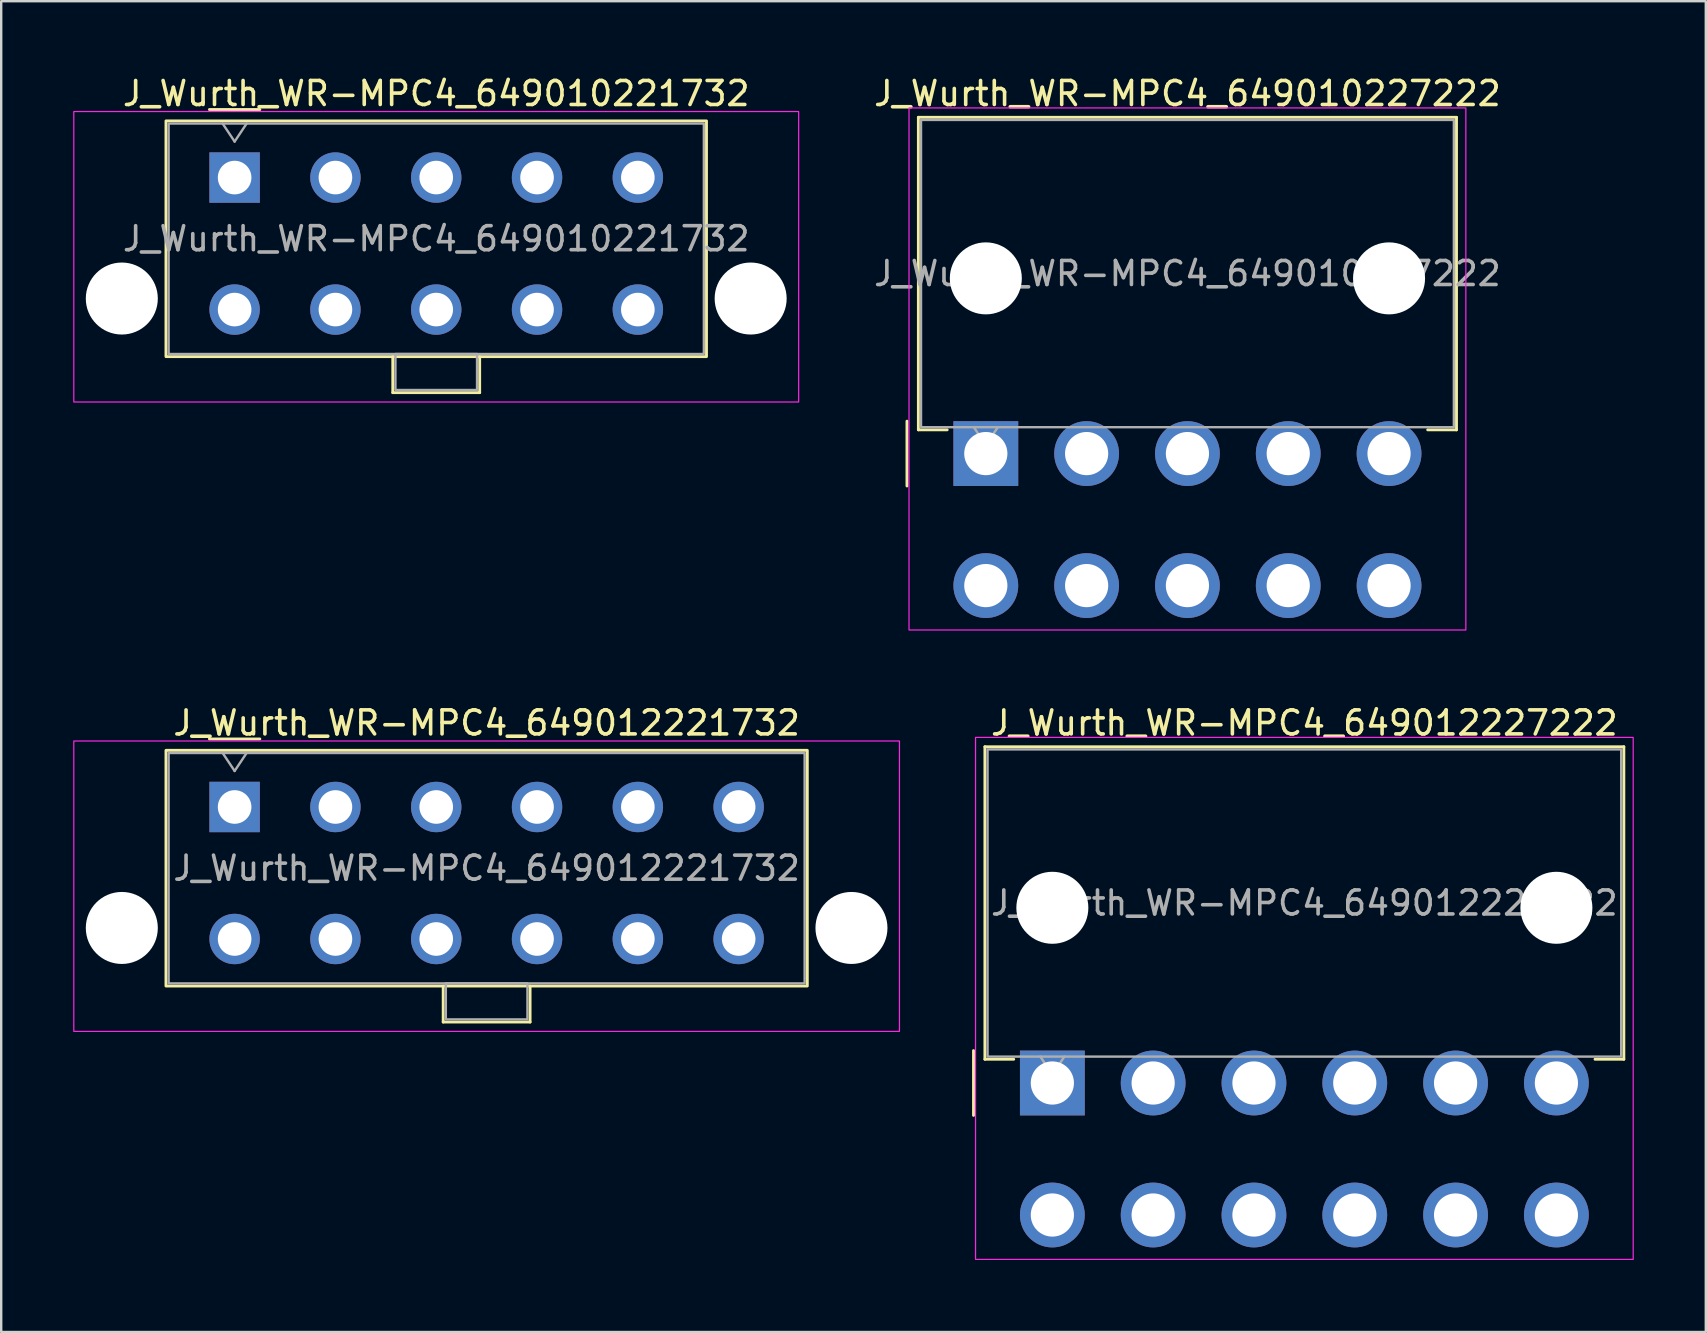
<source format=kicad_pcb>
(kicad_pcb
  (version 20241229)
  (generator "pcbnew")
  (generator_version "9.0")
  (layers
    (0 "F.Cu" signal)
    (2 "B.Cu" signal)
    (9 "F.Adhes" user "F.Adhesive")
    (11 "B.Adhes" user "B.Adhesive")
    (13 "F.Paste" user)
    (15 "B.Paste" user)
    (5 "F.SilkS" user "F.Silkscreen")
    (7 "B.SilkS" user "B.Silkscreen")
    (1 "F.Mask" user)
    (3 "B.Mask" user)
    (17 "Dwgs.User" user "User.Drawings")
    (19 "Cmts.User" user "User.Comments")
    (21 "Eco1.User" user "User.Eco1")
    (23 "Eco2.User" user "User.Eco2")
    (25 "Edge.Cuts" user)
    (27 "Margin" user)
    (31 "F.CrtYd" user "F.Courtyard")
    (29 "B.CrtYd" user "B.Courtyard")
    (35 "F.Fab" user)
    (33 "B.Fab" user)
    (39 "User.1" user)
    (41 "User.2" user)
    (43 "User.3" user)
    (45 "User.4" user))
  (footprint "J_Wurth_WR-MPC4_649010221732"
    (layer "F.Cu")
    (at 6.725 4.348)
    (property "Reference" "J_Wurth_WR-MPC4_649010221732" (at 8.4 -3.5 0) (unlocked yes) (layer "F.SilkS") (effects (font (size 1 1) (thickness 0.15))))
    (attr through_hole)
    (fp_line (start 1.05 -2.835) (end -1.05 -2.835) (stroke (width 0.12) (type solid)) (layer "F.SilkS"))
    (fp_line (start 6.59 8.96) (end 6.59 7.46) (stroke (width 0.12) (type default)) (layer "F.SilkS"))
    (fp_line (start 10.21 7.46) (end 10.21 8.96) (stroke (width 0.12) (type default)) (layer "F.SilkS"))
    (fp_line (start 10.21 8.96) (end 6.59 8.96) (stroke (width 0.12) (type solid)) (layer "F.SilkS"))
    (fp_rect (start -2.86 -2.36) (end 19.66 7.46) (stroke (width 0.12) (type solid)) (fill no) (layer "F.SilkS"))
    (fp_rect (start -6.7 -2.75) (end 23.5 9.35) (stroke (width 0.05) (type solid)) (fill no) (layer "F.CrtYd"))
    (fp_line (start 0 -1.5) (end -0.5 -2.25) (stroke (width 0.1) (type solid)) (layer "F.Fab"))
    (fp_line (start 0 -1.5) (end 0.5 -2.25) (stroke (width 0.1) (type solid)) (layer "F.Fab"))
    (fp_rect (start -2.75 -2.25) (end 19.55 7.35) (stroke (width 0.1) (type solid)) (fill no) (layer "F.Fab"))
    (fp_rect (start 6.7 7.35) (end 10.1 8.85) (stroke (width 0.1) (type solid)) (fill no) (layer "F.Fab"))
    (fp_text user "${REFERENCE}" (at 8.4 2.55 0) (unlocked yes) (layer "F.Fab") (effects (font (size 1 1) (thickness 0.15))))
    (pad "" np_thru_hole circle (at -4.7 5.04 180) (size 3 3) (drill 3) (layers "*.Cu" "*.Mask"))
    (pad "" np_thru_hole circle (at 21.5 5.04 180) (size 3 3) (drill 3) (layers "*.Cu" "*.Mask"))
    (pad "1" thru_hole rect (at 0 0 180) (size 2.1 2.1) (drill 1.4) (layers "*.Cu" "*.Mask"))
    (pad "2" thru_hole circle (at 4.2 0 180) (size 2.1 2.1) (drill 1.4) (layers "*.Cu" "*.Mask"))
    (pad "3" thru_hole circle (at 8.4 0 180) (size 2.1 2.1) (drill 1.4) (layers "*.Cu" "*.Mask"))
    (pad "4" thru_hole circle (at 12.6 0 180) (size 2.1 2.1) (drill 1.4) (layers "*.Cu" "*.Mask"))
    (pad "5" thru_hole circle (at 16.8 0 180) (size 2.1 2.1) (drill 1.4) (layers "*.Cu" "*.Mask"))
    (pad "6" thru_hole circle (at 0 5.5 180) (size 2.1 2.1) (drill 1.4) (layers "*.Cu" "*.Mask"))
    (pad "7" thru_hole circle (at 4.2 5.5 180) (size 2.1 2.1) (drill 1.4) (layers "*.Cu" "*.Mask"))
    (pad "8" thru_hole circle (at 8.4 5.5 180) (size 2.1 2.1) (drill 1.4) (layers "*.Cu" "*.Mask"))
    (pad "9" thru_hole circle (at 12.6 5.5 180) (size 2.1 2.1) (drill 1.4) (layers "*.Cu" "*.Mask"))
    (pad "10" thru_hole circle (at 16.8 5.5 180) (size 2.1 2.1) (drill 1.4) (layers "*.Cu" "*.Mask")))
  (footprint "J_Wurth_WR-MPC4_649012227222"
    (layer "F.Cu")
    (at 40.795 42.072)
    (property "Reference" "J_Wurth_WR-MPC4_649012227222" (at 10.5 -15 0) (unlocked yes) (layer "F.SilkS") (effects (font (size 1 1) (thickness 0.15))))
    (attr through_hole)
    (fp_line (start -3.285 -1.35) (end -3.285 1.35) (stroke (width 0.12) (type solid)) (layer "F.SilkS"))
    (fp_line (start -2.81 -14.01) (end 23.81 -14.01) (stroke (width 0.12) (type solid)) (layer "F.SilkS"))
    (fp_line (start -2.81 -0.99) (end -2.81 -14.01) (stroke (width 0.12) (type default)) (layer "F.SilkS"))
    (fp_line (start -1.61 -0.99) (end -2.81 -0.99) (stroke (width 0.12) (type solid)) (layer "F.SilkS"))
    (fp_line (start 23.81 -14.01) (end 23.81 -0.99) (stroke (width 0.12) (type solid)) (layer "F.SilkS"))
    (fp_line (start 23.81 -0.99) (end 22.61 -0.99) (stroke (width 0.12) (type solid)) (layer "F.SilkS"))
    (fp_rect (start -3.2 -14.4) (end 24.2 7.35) (stroke (width 0.05) (type solid)) (fill no) (layer "F.CrtYd"))
    (fp_line (start 0 -0.35) (end -0.5 -1.1) (stroke (width 0.1) (type solid)) (layer "F.Fab"))
    (fp_line (start 0 -0.35) (end 0.5 -1.1) (stroke (width 0.1) (type solid)) (layer "F.Fab"))
    (fp_rect (start -2.7 -13.9) (end 23.7 -1.1) (stroke (width 0.1) (type solid)) (fill no) (layer "F.Fab"))
    (fp_text user "${REFERENCE}" (at 10.5 -7.5 0) (unlocked yes) (layer "F.Fab") (effects (font (size 1 1) (thickness 0.15))))
    (pad "" np_thru_hole circle (at 0 -7.3) (size 3 3) (drill 3) (layers "*.Cu" "*.Mask"))
    (pad "" np_thru_hole circle (at 21 -7.3) (size 3 3) (drill 3) (layers "*.Cu" "*.Mask"))
    (pad "1" thru_hole rect (at 0 0 180) (size 2.7 2.7) (drill 1.8) (layers "*.Cu" "*.Mask"))
    (pad "2" thru_hole circle (at 4.2 0 180) (size 2.7 2.7) (drill 1.8) (layers "*.Cu" "*.Mask"))
    (pad "3" thru_hole circle (at 8.4 0 180) (size 2.7 2.7) (drill 1.8) (layers "*.Cu" "*.Mask"))
    (pad "4" thru_hole circle (at 12.6 0 180) (size 2.7 2.7) (drill 1.8) (layers "*.Cu" "*.Mask"))
    (pad "5" thru_hole circle (at 16.8 0 180) (size 2.7 2.7) (drill 1.8) (layers "*.Cu" "*.Mask"))
    (pad "6" thru_hole circle (at 21 0 180) (size 2.7 2.7) (drill 1.8) (layers "*.Cu" "*.Mask"))
    (pad "7" thru_hole circle (at 0 5.5 180) (size 2.7 2.7) (drill 1.8) (layers "*.Cu" "*.Mask"))
    (pad "8" thru_hole circle (at 4.2 5.5 180) (size 2.7 2.7) (drill 1.8) (layers "*.Cu" "*.Mask"))
    (pad "9" thru_hole circle (at 8.4 5.5 180) (size 2.7 2.7) (drill 1.8) (layers "*.Cu" "*.Mask"))
    (pad "10" thru_hole circle (at 12.6 5.5 180) (size 2.7 2.7) (drill 1.8) (layers "*.Cu" "*.Mask"))
    (pad "11" thru_hole circle (at 16.8 5.5 180) (size 2.7 2.7) (drill 1.8) (layers "*.Cu" "*.Mask"))
    (pad "12" thru_hole circle (at 21 5.5 180) (size 2.7 2.7) (drill 1.8) (layers "*.Cu" "*.Mask")))
  (footprint "J_Wurth_WR-MPC4_649012221732"
    (layer "F.Cu")
    (at 6.725 30.572)
    (property "Reference" "J_Wurth_WR-MPC4_649012221732" (at 10.5 -3.5 0) (unlocked yes) (layer "F.SilkS") (effects (font (size 1 1) (thickness 0.15))))
    (attr through_hole)
    (fp_line (start 1.05 -2.835) (end -1.05 -2.835) (stroke (width 0.12) (type solid)) (layer "F.SilkS"))
    (fp_line (start 8.69 8.96) (end 8.69 7.46) (stroke (width 0.12) (type default)) (layer "F.SilkS"))
    (fp_line (start 12.31 7.46) (end 12.31 8.96) (stroke (width 0.12) (type default)) (layer "F.SilkS"))
    (fp_line (start 12.31 8.96) (end 8.69 8.96) (stroke (width 0.12) (type solid)) (layer "F.SilkS"))
    (fp_rect (start -2.86 -2.36) (end 23.86 7.46) (stroke (width 0.12) (type solid)) (fill no) (layer "F.SilkS"))
    (fp_rect (start -6.7 -2.75) (end 27.7 9.35) (stroke (width 0.05) (type solid)) (fill no) (layer "F.CrtYd"))
    (fp_line (start 0 -1.5) (end -0.5 -2.25) (stroke (width 0.1) (type solid)) (layer "F.Fab"))
    (fp_line (start 0 -1.5) (end 0.5 -2.25) (stroke (width 0.1) (type solid)) (layer "F.Fab"))
    (fp_rect (start -2.75 -2.25) (end 23.75 7.35) (stroke (width 0.1) (type solid)) (fill no) (layer "F.Fab"))
    (fp_rect (start 8.8 7.35) (end 12.2 8.85) (stroke (width 0.1) (type solid)) (fill no) (layer "F.Fab"))
    (fp_text user "${REFERENCE}" (at 10.5 2.55 0) (unlocked yes) (layer "F.Fab") (effects (font (size 1 1) (thickness 0.15))))
    (pad "" np_thru_hole circle (at -4.7 5.04 180) (size 3 3) (drill 3) (layers "*.Cu" "*.Mask"))
    (pad "" np_thru_hole circle (at 25.7 5.04 180) (size 3 3) (drill 3) (layers "*.Cu" "*.Mask"))
    (pad "1" thru_hole rect (at 0 0 180) (size 2.1 2.1) (drill 1.4) (layers "*.Cu" "*.Mask"))
    (pad "2" thru_hole circle (at 4.2 0 180) (size 2.1 2.1) (drill 1.4) (layers "*.Cu" "*.Mask"))
    (pad "3" thru_hole circle (at 8.4 0 180) (size 2.1 2.1) (drill 1.4) (layers "*.Cu" "*.Mask"))
    (pad "4" thru_hole circle (at 12.6 0 180) (size 2.1 2.1) (drill 1.4) (layers "*.Cu" "*.Mask"))
    (pad "5" thru_hole circle (at 16.8 0 180) (size 2.1 2.1) (drill 1.4) (layers "*.Cu" "*.Mask"))
    (pad "6" thru_hole circle (at 21 0 180) (size 2.1 2.1) (drill 1.4) (layers "*.Cu" "*.Mask"))
    (pad "7" thru_hole circle (at 0 5.5 180) (size 2.1 2.1) (drill 1.4) (layers "*.Cu" "*.Mask"))
    (pad "8" thru_hole circle (at 4.2 5.5 180) (size 2.1 2.1) (drill 1.4) (layers "*.Cu" "*.Mask"))
    (pad "9" thru_hole circle (at 8.4 5.5 180) (size 2.1 2.1) (drill 1.4) (layers "*.Cu" "*.Mask"))
    (pad "10" thru_hole circle (at 12.6 5.5 180) (size 2.1 2.1) (drill 1.4) (layers "*.Cu" "*.Mask"))
    (pad "11" thru_hole circle (at 16.8 5.5 180) (size 2.1 2.1) (drill 1.4) (layers "*.Cu" "*.Mask"))
    (pad "12" thru_hole circle (at 21 5.5 180) (size 2.1 2.1) (drill 1.4) (layers "*.Cu" "*.Mask")))
  (footprint "J_Wurth_WR-MPC4_649010227222"
    (layer "F.Cu")
    (at 38.023 15.848)
    (property "Reference" "J_Wurth_WR-MPC4_649010227222" (at 8.4 -15 0) (unlocked yes) (layer "F.SilkS") (effects (font (size 1 1) (thickness 0.15))))
    (attr through_hole)
    (fp_line (start -3.285 -1.35) (end -3.285 1.35) (stroke (width 0.12) (type solid)) (layer "F.SilkS"))
    (fp_line (start -2.81 -14.01) (end 19.61 -14.01) (stroke (width 0.12) (type solid)) (layer "F.SilkS"))
    (fp_line (start -2.81 -0.99) (end -2.81 -14.01) (stroke (width 0.12) (type default)) (layer "F.SilkS"))
    (fp_line (start -1.61 -0.99) (end -2.81 -0.99) (stroke (width 0.12) (type solid)) (layer "F.SilkS"))
    (fp_line (start 19.61 -14.01) (end 19.61 -0.99) (stroke (width 0.12) (type solid)) (layer "F.SilkS"))
    (fp_line (start 19.61 -0.99) (end 18.41 -0.99) (stroke (width 0.12) (type solid)) (layer "F.SilkS"))
    (fp_rect (start -3.2 -14.4) (end 20 7.35) (stroke (width 0.05) (type solid)) (fill no) (layer "F.CrtYd"))
    (fp_line (start 0 -0.35) (end -0.5 -1.1) (stroke (width 0.1) (type solid)) (layer "F.Fab"))
    (fp_line (start 0 -0.35) (end 0.5 -1.1) (stroke (width 0.1) (type solid)) (layer "F.Fab"))
    (fp_rect (start -2.7 -13.9) (end 19.5 -1.1) (stroke (width 0.1) (type solid)) (fill no) (layer "F.Fab"))
    (fp_text user "${REFERENCE}" (at 8.4 -7.5 0) (unlocked yes) (layer "F.Fab") (effects (font (size 1 1) (thickness 0.15))))
    (pad "" np_thru_hole circle (at 0 -7.3) (size 3 3) (drill 3) (layers "*.Cu" "*.Mask"))
    (pad "" np_thru_hole circle (at 16.8 -7.3) (size 3 3) (drill 3) (layers "*.Cu" "*.Mask"))
    (pad "1" thru_hole rect (at 0 0 180) (size 2.7 2.7) (drill 1.8) (layers "*.Cu" "*.Mask"))
    (pad "2" thru_hole circle (at 4.2 0 180) (size 2.7 2.7) (drill 1.8) (layers "*.Cu" "*.Mask"))
    (pad "3" thru_hole circle (at 8.4 0 180) (size 2.7 2.7) (drill 1.8) (layers "*.Cu" "*.Mask"))
    (pad "4" thru_hole circle (at 12.6 0 180) (size 2.7 2.7) (drill 1.8) (layers "*.Cu" "*.Mask"))
    (pad "5" thru_hole circle (at 16.8 0 180) (size 2.7 2.7) (drill 1.8) (layers "*.Cu" "*.Mask"))
    (pad "6" thru_hole circle (at 0 5.5 180) (size 2.7 2.7) (drill 1.8) (layers "*.Cu" "*.Mask"))
    (pad "7" thru_hole circle (at 4.2 5.5 180) (size 2.7 2.7) (drill 1.8) (layers "*.Cu" "*.Mask"))
    (pad "8" thru_hole circle (at 8.4 5.5 180) (size 2.7 2.7) (drill 1.8) (layers "*.Cu" "*.Mask"))
    (pad "9" thru_hole circle (at 12.6 5.5 180) (size 2.7 2.7) (drill 1.8) (layers "*.Cu" "*.Mask"))
    (pad "10" thru_hole circle (at 16.8 5.5 180) (size 2.7 2.7) (drill 1.8) (layers "*.Cu" "*.Mask")))
  (gr_rect
    (start -3 -3)
    (end 68.02 52.447)
    (stroke (width 0.1) (type default))
    (fill no)
    (layer "Edge.Cuts")))
</source>
